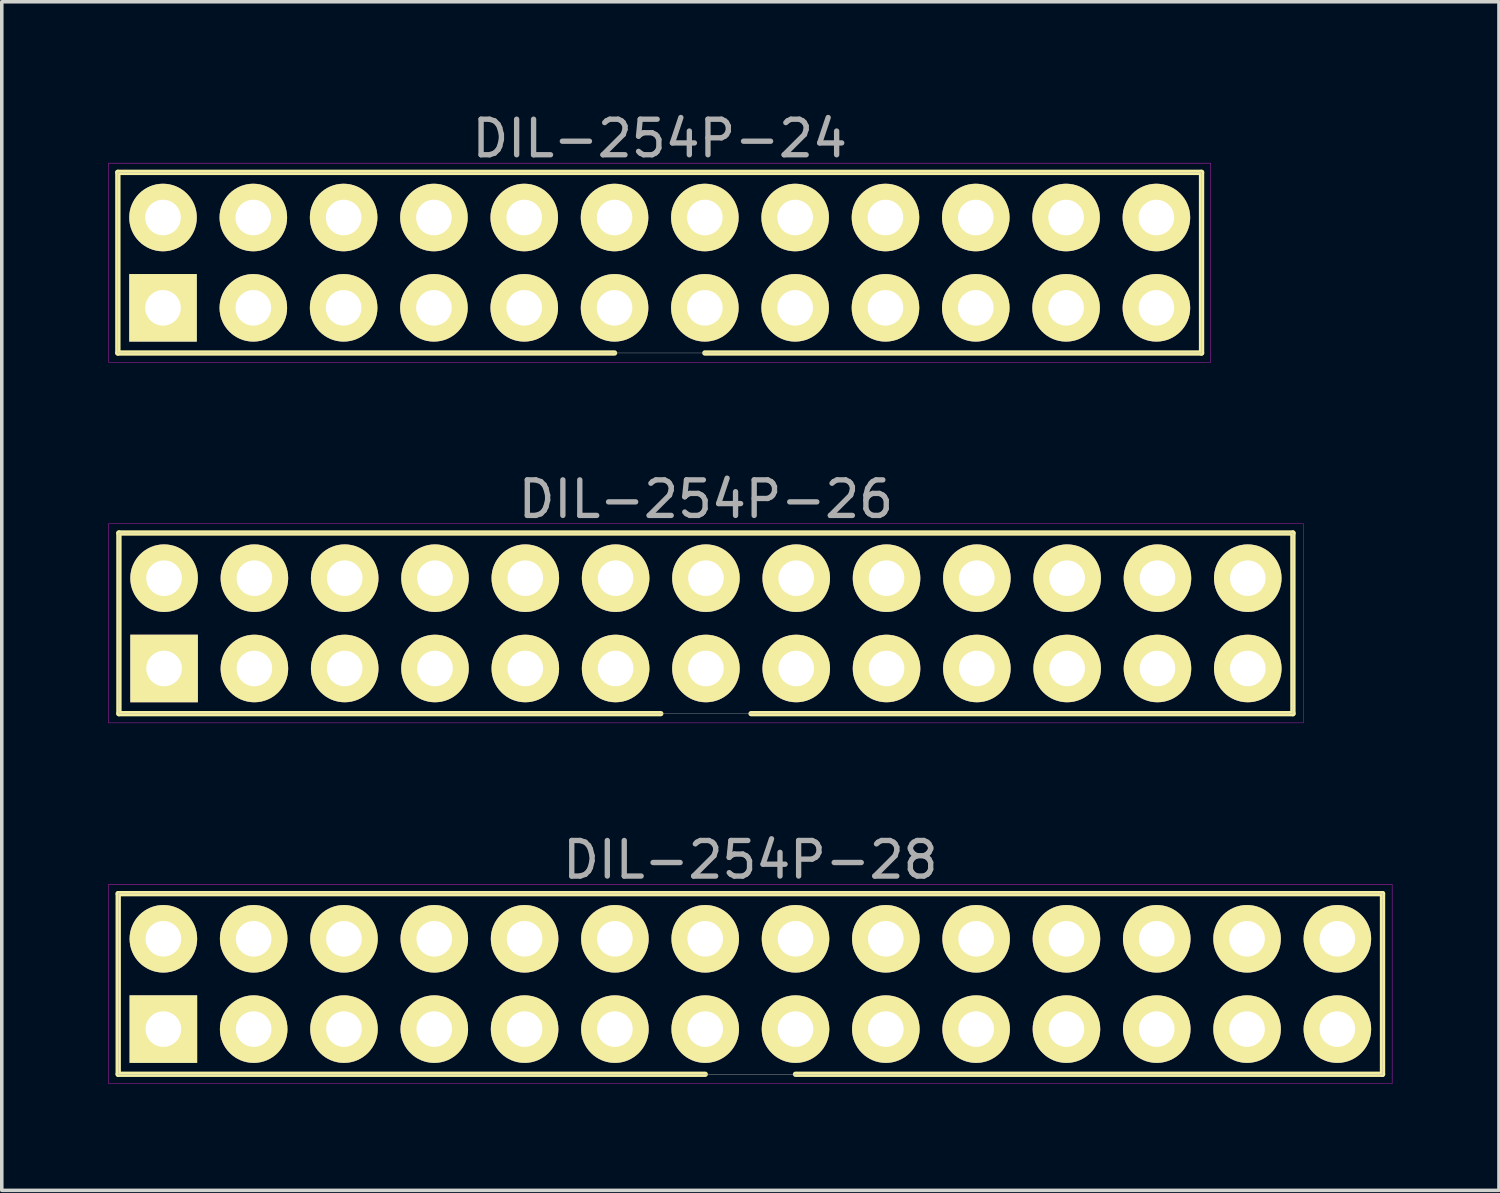
<source format=kicad_pcb>
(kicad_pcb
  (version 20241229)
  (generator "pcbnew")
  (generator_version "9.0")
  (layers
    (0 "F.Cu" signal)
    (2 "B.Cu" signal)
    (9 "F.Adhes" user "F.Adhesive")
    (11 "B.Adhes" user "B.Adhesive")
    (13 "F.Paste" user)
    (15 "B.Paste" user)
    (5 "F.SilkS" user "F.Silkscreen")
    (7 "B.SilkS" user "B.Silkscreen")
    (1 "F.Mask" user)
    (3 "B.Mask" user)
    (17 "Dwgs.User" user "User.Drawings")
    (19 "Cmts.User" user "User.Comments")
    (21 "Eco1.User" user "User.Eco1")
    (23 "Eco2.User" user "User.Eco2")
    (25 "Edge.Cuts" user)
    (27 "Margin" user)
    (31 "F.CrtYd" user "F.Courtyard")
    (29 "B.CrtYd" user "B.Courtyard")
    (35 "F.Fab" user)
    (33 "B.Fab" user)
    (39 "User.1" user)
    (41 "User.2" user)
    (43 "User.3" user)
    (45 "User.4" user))
  (footprint "DIL-254P-24"
    (layer "F.Cu")
    (at 15.505 4.338)
    (property "Reference" "DIL-254P-24" (at 0 -3.49 0) (layer "F.Fab") (effects (font (size 1 1) (thickness 0.15))))
    (attr through_hole)
    (fp_line (start -15.24 -2.54) (end 15.24 -2.54) (stroke (width 0.15) (type solid)) (layer "F.SilkS"))
    (fp_line (start -15.24 2.54) (end -15.24 -2.54) (stroke (width 0.15) (type solid)) (layer "F.SilkS"))
    (fp_line (start -1.27 2.54) (end -15.24 2.54) (stroke (width 0.15) (type solid)) (layer "F.SilkS"))
    (fp_line (start 15.24 -2.54) (end 15.24 2.54) (stroke (width 0.15) (type solid)) (layer "F.SilkS"))
    (fp_line (start 15.24 2.54) (end 1.27 2.54) (stroke (width 0.15) (type solid)) (layer "F.SilkS"))
    (fp_line (start -15.5 -2.8) (end 15.5 -2.8) (stroke (width 0.01) (type solid)) (layer "F.CrtYd"))
    (fp_line (start -15.5 2.8) (end -15.5 -2.8) (stroke (width 0.01) (type solid)) (layer "F.CrtYd"))
    (fp_line (start 15.5 -2.8) (end 15.5 2.8) (stroke (width 0.01) (type solid)) (layer "F.CrtYd"))
    (fp_line (start 15.5 2.8) (end -15.5 2.8) (stroke (width 0.01) (type solid)) (layer "F.CrtYd"))
    (fp_line (start -15.24 -2.54) (end 15.24 -2.54) (stroke (width 0.01) (type solid)) (layer "F.Fab"))
    (fp_line (start -15.24 2.54) (end -15.24 -2.54) (stroke (width 0.01) (type solid)) (layer "F.Fab"))
    (fp_line (start 15.24 -2.54) (end 15.24 2.54) (stroke (width 0.01) (type solid)) (layer "F.Fab"))
    (fp_line (start 15.24 2.54) (end -15.24 2.54) (stroke (width 0.01) (type solid)) (layer "F.Fab"))
    (pad "1" thru_hole rect (at -13.97 1.27) (size 1.9 1.9) (drill 1) (layers "*.Cu" "*.Mask" "F.SilkS"))
    (pad "2" thru_hole circle (at -13.97 -1.27) (size 1.9 1.9) (drill 1) (layers "*.Cu" "*.Mask" "F.SilkS"))
    (pad "3" thru_hole circle (at -11.43 1.27) (size 1.9 1.9) (drill 1) (layers "*.Cu" "*.Mask" "F.SilkS"))
    (pad "4" thru_hole circle (at -11.43 -1.27) (size 1.9 1.9) (drill 1) (layers "*.Cu" "*.Mask" "F.SilkS"))
    (pad "5" thru_hole circle (at -8.89 1.27) (size 1.9 1.9) (drill 1) (layers "*.Cu" "*.Mask" "F.SilkS"))
    (pad "6" thru_hole circle (at -8.89 -1.27) (size 1.9 1.9) (drill 1) (layers "*.Cu" "*.Mask" "F.SilkS"))
    (pad "7" thru_hole circle (at -6.35 1.27) (size 1.9 1.9) (drill 1) (layers "*.Cu" "*.Mask" "F.SilkS"))
    (pad "8" thru_hole circle (at -6.35 -1.27) (size 1.9 1.9) (drill 1) (layers "*.Cu" "*.Mask" "F.SilkS"))
    (pad "9" thru_hole circle (at -3.81 1.27) (size 1.9 1.9) (drill 1) (layers "*.Cu" "*.Mask" "F.SilkS"))
    (pad "10" thru_hole circle (at -3.81 -1.27) (size 1.9 1.9) (drill 1) (layers "*.Cu" "*.Mask" "F.SilkS"))
    (pad "11" thru_hole circle (at -1.27 1.27) (size 1.9 1.9) (drill 1) (layers "*.Cu" "*.Mask" "F.SilkS"))
    (pad "12" thru_hole circle (at -1.27 -1.27) (size 1.9 1.9) (drill 1) (layers "*.Cu" "*.Mask" "F.SilkS"))
    (pad "13" thru_hole circle (at 1.27 1.27) (size 1.9 1.9) (drill 1) (layers "*.Cu" "*.Mask" "F.SilkS"))
    (pad "14" thru_hole circle (at 1.27 -1.27) (size 1.9 1.9) (drill 1) (layers "*.Cu" "*.Mask" "F.SilkS"))
    (pad "15" thru_hole circle (at 3.81 1.27) (size 1.9 1.9) (drill 1) (layers "*.Cu" "*.Mask" "F.SilkS"))
    (pad "16" thru_hole circle (at 3.81 -1.27) (size 1.9 1.9) (drill 1) (layers "*.Cu" "*.Mask" "F.SilkS"))
    (pad "17" thru_hole circle (at 6.35 1.27) (size 1.9 1.9) (drill 1) (layers "*.Cu" "*.Mask" "F.SilkS"))
    (pad "18" thru_hole circle (at 6.35 -1.27) (size 1.9 1.9) (drill 1) (layers "*.Cu" "*.Mask" "F.SilkS"))
    (pad "19" thru_hole circle (at 8.89 1.27) (size 1.9 1.9) (drill 1) (layers "*.Cu" "*.Mask" "F.SilkS"))
    (pad "20" thru_hole circle (at 8.89 -1.27) (size 1.9 1.9) (drill 1) (layers "*.Cu" "*.Mask" "F.SilkS"))
    (pad "21" thru_hole circle (at 11.43 1.27) (size 1.9 1.9) (drill 1) (layers "*.Cu" "*.Mask" "F.SilkS"))
    (pad "22" thru_hole circle (at 11.43 -1.27) (size 1.9 1.9) (drill 1) (layers "*.Cu" "*.Mask" "F.SilkS"))
    (pad "23" thru_hole circle (at 13.97 1.27) (size 1.9 1.9) (drill 1) (layers "*.Cu" "*.Mask" "F.SilkS"))
    (pad "24" thru_hole circle (at 13.97 -1.27) (size 1.9 1.9) (drill 1) (layers "*.Cu" "*.Mask" "F.SilkS")))
  (footprint "DIL-254P-28"
    (layer "F.Cu")
    (at 18.055 24.625)
    (property "Reference" "DIL-254P-28" (at 0 -3.49 0) (layer "F.Fab") (effects (font (size 1 1) (thickness 0.15))))
    (attr through_hole)
    (fp_line (start -17.78 -2.54) (end 17.78 -2.54) (stroke (width 0.15) (type solid)) (layer "F.SilkS"))
    (fp_line (start -17.78 2.54) (end -17.78 -2.54) (stroke (width 0.15) (type solid)) (layer "F.SilkS"))
    (fp_line (start -1.27 2.54) (end -17.78 2.54) (stroke (width 0.15) (type solid)) (layer "F.SilkS"))
    (fp_line (start 17.78 -2.54) (end 17.78 2.54) (stroke (width 0.15) (type solid)) (layer "F.SilkS"))
    (fp_line (start 17.78 2.54) (end 1.27 2.54) (stroke (width 0.15) (type solid)) (layer "F.SilkS"))
    (fp_line (start -18.05 -2.8) (end 18.05 -2.8) (stroke (width 0.01) (type solid)) (layer "F.CrtYd"))
    (fp_line (start -18.05 2.8) (end -18.05 -2.8) (stroke (width 0.01) (type solid)) (layer "F.CrtYd"))
    (fp_line (start 18.05 -2.8) (end 18.05 2.8) (stroke (width 0.01) (type solid)) (layer "F.CrtYd"))
    (fp_line (start 18.05 2.8) (end -18.05 2.8) (stroke (width 0.01) (type solid)) (layer "F.CrtYd"))
    (fp_line (start -17.78 -2.54) (end 17.78 -2.54) (stroke (width 0.01) (type solid)) (layer "F.Fab"))
    (fp_line (start -17.78 2.54) (end -17.78 -2.54) (stroke (width 0.01) (type solid)) (layer "F.Fab"))
    (fp_line (start 17.78 -2.54) (end 17.78 2.54) (stroke (width 0.01) (type solid)) (layer "F.Fab"))
    (fp_line (start 17.78 2.54) (end -17.78 2.54) (stroke (width 0.01) (type solid)) (layer "F.Fab"))
    (pad "1" thru_hole rect (at -16.51 1.27) (size 1.9 1.9) (drill 1) (layers "*.Cu" "*.Mask" "F.SilkS"))
    (pad "2" thru_hole circle (at -16.51 -1.27) (size 1.9 1.9) (drill 1) (layers "*.Cu" "*.Mask" "F.SilkS"))
    (pad "3" thru_hole circle (at -13.97 1.27) (size 1.9 1.9) (drill 1) (layers "*.Cu" "*.Mask" "F.SilkS"))
    (pad "4" thru_hole circle (at -13.97 -1.27) (size 1.9 1.9) (drill 1) (layers "*.Cu" "*.Mask" "F.SilkS"))
    (pad "5" thru_hole circle (at -11.43 1.27) (size 1.9 1.9) (drill 1) (layers "*.Cu" "*.Mask" "F.SilkS"))
    (pad "6" thru_hole circle (at -11.43 -1.27) (size 1.9 1.9) (drill 1) (layers "*.Cu" "*.Mask" "F.SilkS"))
    (pad "7" thru_hole circle (at -8.89 1.27) (size 1.9 1.9) (drill 1) (layers "*.Cu" "*.Mask" "F.SilkS"))
    (pad "8" thru_hole circle (at -8.89 -1.27) (size 1.9 1.9) (drill 1) (layers "*.Cu" "*.Mask" "F.SilkS"))
    (pad "9" thru_hole circle (at -6.35 1.27) (size 1.9 1.9) (drill 1) (layers "*.Cu" "*.Mask" "F.SilkS"))
    (pad "10" thru_hole circle (at -6.35 -1.27) (size 1.9 1.9) (drill 1) (layers "*.Cu" "*.Mask" "F.SilkS"))
    (pad "11" thru_hole circle (at -3.81 1.27) (size 1.9 1.9) (drill 1) (layers "*.Cu" "*.Mask" "F.SilkS"))
    (pad "12" thru_hole circle (at -3.81 -1.27) (size 1.9 1.9) (drill 1) (layers "*.Cu" "*.Mask" "F.SilkS"))
    (pad "13" thru_hole circle (at -1.27 1.27) (size 1.9 1.9) (drill 1) (layers "*.Cu" "*.Mask" "F.SilkS"))
    (pad "14" thru_hole circle (at -1.27 -1.27) (size 1.9 1.9) (drill 1) (layers "*.Cu" "*.Mask" "F.SilkS"))
    (pad "15" thru_hole circle (at 1.27 1.27) (size 1.9 1.9) (drill 1) (layers "*.Cu" "*.Mask" "F.SilkS"))
    (pad "16" thru_hole circle (at 1.27 -1.27) (size 1.9 1.9) (drill 1) (layers "*.Cu" "*.Mask" "F.SilkS"))
    (pad "17" thru_hole circle (at 3.81 1.27) (size 1.9 1.9) (drill 1) (layers "*.Cu" "*.Mask" "F.SilkS"))
    (pad "18" thru_hole circle (at 3.81 -1.27) (size 1.9 1.9) (drill 1) (layers "*.Cu" "*.Mask" "F.SilkS"))
    (pad "19" thru_hole circle (at 6.35 1.27) (size 1.9 1.9) (drill 1) (layers "*.Cu" "*.Mask" "F.SilkS"))
    (pad "20" thru_hole circle (at 6.35 -1.27) (size 1.9 1.9) (drill 1) (layers "*.Cu" "*.Mask" "F.SilkS"))
    (pad "21" thru_hole circle (at 8.89 1.27) (size 1.9 1.9) (drill 1) (layers "*.Cu" "*.Mask" "F.SilkS"))
    (pad "22" thru_hole circle (at 8.89 -1.27) (size 1.9 1.9) (drill 1) (layers "*.Cu" "*.Mask" "F.SilkS"))
    (pad "23" thru_hole circle (at 11.43 1.27) (size 1.9 1.9) (drill 1) (layers "*.Cu" "*.Mask" "F.SilkS"))
    (pad "24" thru_hole circle (at 11.43 -1.27) (size 1.9 1.9) (drill 1) (layers "*.Cu" "*.Mask" "F.SilkS"))
    (pad "25" thru_hole circle (at 13.97 1.27) (size 1.9 1.9) (drill 1) (layers "*.Cu" "*.Mask" "F.SilkS"))
    (pad "26" thru_hole circle (at 13.97 -1.27) (size 1.9 1.9) (drill 1) (layers "*.Cu" "*.Mask" "F.SilkS"))
    (pad "27" thru_hole circle (at 16.51 1.27) (size 1.9 1.9) (drill 1) (layers "*.Cu" "*.Mask" "F.SilkS"))
    (pad "28" thru_hole circle (at 16.51 -1.27) (size 1.9 1.9) (drill 1) (layers "*.Cu" "*.Mask" "F.SilkS")))
  (footprint "DIL-254P-26"
    (layer "F.Cu")
    (at 16.805 14.482)
    (property "Reference" "DIL-254P-26" (at 0 -3.49 0) (layer "F.Fab") (effects (font (size 1 1) (thickness 0.15))))
    (attr through_hole)
    (fp_line (start -16.51 -2.54) (end 16.51 -2.54) (stroke (width 0.15) (type solid)) (layer "F.SilkS"))
    (fp_line (start -16.51 2.54) (end -16.51 -2.54) (stroke (width 0.15) (type solid)) (layer "F.SilkS"))
    (fp_line (start -1.27 2.54) (end -16.51 2.54) (stroke (width 0.15) (type solid)) (layer "F.SilkS"))
    (fp_line (start 16.51 -2.54) (end 16.51 2.54) (stroke (width 0.15) (type solid)) (layer "F.SilkS"))
    (fp_line (start 16.51 2.54) (end 1.27 2.54) (stroke (width 0.15) (type solid)) (layer "F.SilkS"))
    (fp_line (start -16.8 -2.8) (end 16.8 -2.8) (stroke (width 0.01) (type solid)) (layer "F.CrtYd"))
    (fp_line (start -16.8 2.8) (end -16.8 -2.8) (stroke (width 0.01) (type solid)) (layer "F.CrtYd"))
    (fp_line (start 16.8 -2.8) (end 16.8 2.8) (stroke (width 0.01) (type solid)) (layer "F.CrtYd"))
    (fp_line (start 16.8 2.8) (end -16.8 2.8) (stroke (width 0.01) (type solid)) (layer "F.CrtYd"))
    (fp_line (start -16.51 -2.54) (end 16.51 -2.54) (stroke (width 0.01) (type solid)) (layer "F.Fab"))
    (fp_line (start -16.51 2.54) (end -16.51 -2.54) (stroke (width 0.01) (type solid)) (layer "F.Fab"))
    (fp_line (start 16.51 -2.54) (end 16.51 2.54) (stroke (width 0.01) (type solid)) (layer "F.Fab"))
    (fp_line (start 16.51 2.54) (end -16.51 2.54) (stroke (width 0.01) (type solid)) (layer "F.Fab"))
    (pad "1" thru_hole rect (at -15.24 1.27) (size 1.9 1.9) (drill 1) (layers "*.Cu" "*.Mask" "F.SilkS"))
    (pad "2" thru_hole circle (at -15.24 -1.27) (size 1.9 1.9) (drill 1) (layers "*.Cu" "*.Mask" "F.SilkS"))
    (pad "3" thru_hole circle (at -12.7 1.27) (size 1.9 1.9) (drill 1) (layers "*.Cu" "*.Mask" "F.SilkS"))
    (pad "4" thru_hole circle (at -12.7 -1.27) (size 1.9 1.9) (drill 1) (layers "*.Cu" "*.Mask" "F.SilkS"))
    (pad "5" thru_hole circle (at -10.16 1.27) (size 1.9 1.9) (drill 1) (layers "*.Cu" "*.Mask" "F.SilkS"))
    (pad "6" thru_hole circle (at -10.16 -1.27) (size 1.9 1.9) (drill 1) (layers "*.Cu" "*.Mask" "F.SilkS"))
    (pad "7" thru_hole circle (at -7.62 1.27) (size 1.9 1.9) (drill 1) (layers "*.Cu" "*.Mask" "F.SilkS"))
    (pad "8" thru_hole circle (at -7.62 -1.27) (size 1.9 1.9) (drill 1) (layers "*.Cu" "*.Mask" "F.SilkS"))
    (pad "9" thru_hole circle (at -5.08 1.27) (size 1.9 1.9) (drill 1) (layers "*.Cu" "*.Mask" "F.SilkS"))
    (pad "10" thru_hole circle (at -5.08 -1.27) (size 1.9 1.9) (drill 1) (layers "*.Cu" "*.Mask" "F.SilkS"))
    (pad "11" thru_hole circle (at -2.54 1.27) (size 1.9 1.9) (drill 1) (layers "*.Cu" "*.Mask" "F.SilkS"))
    (pad "12" thru_hole circle (at -2.54 -1.27) (size 1.9 1.9) (drill 1) (layers "*.Cu" "*.Mask" "F.SilkS"))
    (pad "13" thru_hole circle (at 0 1.27) (size 1.9 1.9) (drill 1) (layers "*.Cu" "*.Mask" "F.SilkS"))
    (pad "14" thru_hole circle (at 0 -1.27) (size 1.9 1.9) (drill 1) (layers "*.Cu" "*.Mask" "F.SilkS"))
    (pad "15" thru_hole circle (at 2.54 1.27) (size 1.9 1.9) (drill 1) (layers "*.Cu" "*.Mask" "F.SilkS"))
    (pad "16" thru_hole circle (at 2.54 -1.27) (size 1.9 1.9) (drill 1) (layers "*.Cu" "*.Mask" "F.SilkS"))
    (pad "17" thru_hole circle (at 5.08 1.27) (size 1.9 1.9) (drill 1) (layers "*.Cu" "*.Mask" "F.SilkS"))
    (pad "18" thru_hole circle (at 5.08 -1.27) (size 1.9 1.9) (drill 1) (layers "*.Cu" "*.Mask" "F.SilkS"))
    (pad "19" thru_hole circle (at 7.62 1.27) (size 1.9 1.9) (drill 1) (layers "*.Cu" "*.Mask" "F.SilkS"))
    (pad "20" thru_hole circle (at 7.62 -1.27) (size 1.9 1.9) (drill 1) (layers "*.Cu" "*.Mask" "F.SilkS"))
    (pad "21" thru_hole circle (at 10.16 1.27) (size 1.9 1.9) (drill 1) (layers "*.Cu" "*.Mask" "F.SilkS"))
    (pad "22" thru_hole circle (at 10.16 -1.27) (size 1.9 1.9) (drill 1) (layers "*.Cu" "*.Mask" "F.SilkS"))
    (pad "23" thru_hole circle (at 12.7 1.27) (size 1.9 1.9) (drill 1) (layers "*.Cu" "*.Mask" "F.SilkS"))
    (pad "24" thru_hole circle (at 12.7 -1.27) (size 1.9 1.9) (drill 1) (layers "*.Cu" "*.Mask" "F.SilkS"))
    (pad "25" thru_hole circle (at 15.24 1.27) (size 1.9 1.9) (drill 1) (layers "*.Cu" "*.Mask" "F.SilkS"))
    (pad "26" thru_hole circle (at 15.24 -1.27) (size 1.9 1.9) (drill 1) (layers "*.Cu" "*.Mask" "F.SilkS")))
  (gr_rect
    (start -3 -3)
    (end 39.11 30.43)
    (stroke (width 0.1) (type default))
    (fill no)
    (layer "Edge.Cuts")))
</source>
